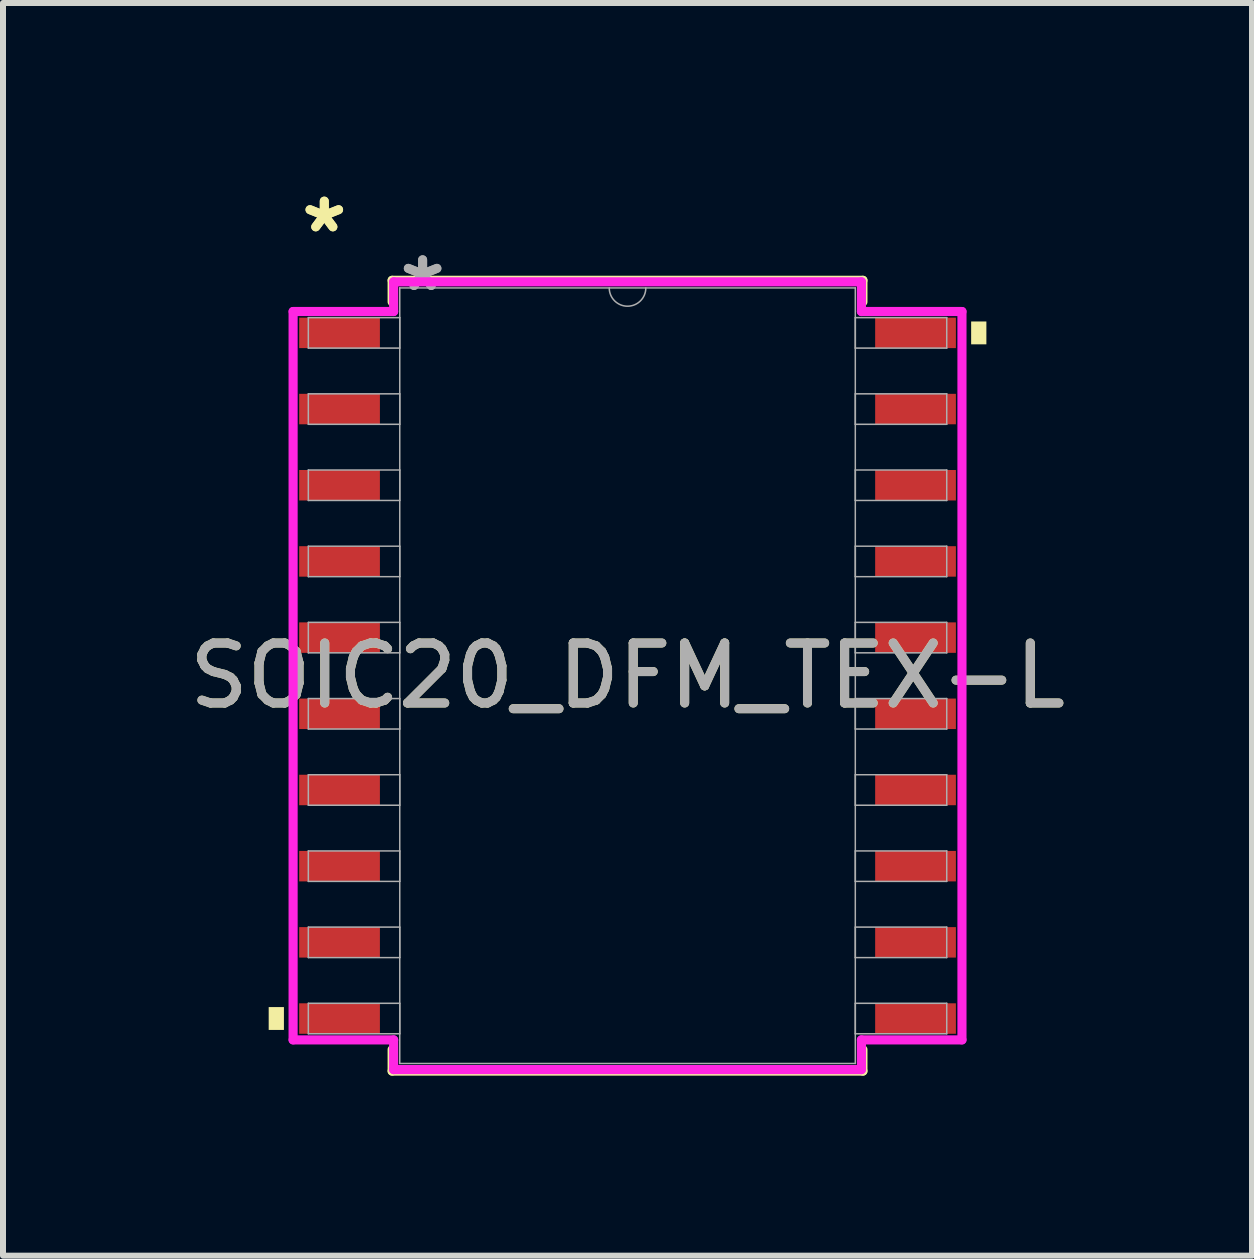
<source format=kicad_pcb>
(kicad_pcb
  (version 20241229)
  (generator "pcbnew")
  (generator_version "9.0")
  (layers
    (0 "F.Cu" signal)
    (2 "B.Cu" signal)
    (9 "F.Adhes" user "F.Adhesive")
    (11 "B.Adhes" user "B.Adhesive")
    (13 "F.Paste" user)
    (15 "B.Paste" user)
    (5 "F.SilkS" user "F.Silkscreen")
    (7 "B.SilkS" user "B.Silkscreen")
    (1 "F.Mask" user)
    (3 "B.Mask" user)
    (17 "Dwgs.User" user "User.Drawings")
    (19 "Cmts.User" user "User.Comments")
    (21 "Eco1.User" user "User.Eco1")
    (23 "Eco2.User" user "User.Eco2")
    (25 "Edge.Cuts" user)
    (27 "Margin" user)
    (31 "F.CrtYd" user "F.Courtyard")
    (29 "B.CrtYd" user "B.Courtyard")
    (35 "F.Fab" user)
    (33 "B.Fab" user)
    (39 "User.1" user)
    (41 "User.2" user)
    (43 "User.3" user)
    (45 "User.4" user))
  (footprint "SOIC20_DFM_TEX-L"
    (layer "F.Cu")
    (at 7.411 8.214)
    (property "Reference" "SOIC20_DFM_TEX-L" (at 0 0 0) (unlocked yes) (layer "F.SilkS") (effects (font (size 1 1) (thickness 0.15))))
    (attr smd)
    (fp_line (start -3.924 -6.591) (end -3.924 -6.232) (stroke (width 0.152) (type solid)) (layer "F.SilkS"))
    (fp_line (start -3.924 6.232) (end -3.924 6.591) (stroke (width 0.152) (type solid)) (layer "F.SilkS"))
    (fp_line (start -3.924 6.591) (end 3.924 6.591) (stroke (width 0.152) (type solid)) (layer "F.SilkS"))
    (fp_line (start 3.924 -6.591) (end -3.924 -6.591) (stroke (width 0.152) (type solid)) (layer "F.SilkS"))
    (fp_line (start 3.924 -6.232) (end 3.924 -6.591) (stroke (width 0.152) (type solid)) (layer "F.SilkS"))
    (fp_line (start 3.924 6.591) (end 3.924 6.232) (stroke (width 0.152) (type solid)) (layer "F.SilkS"))
    (fp_poly (pts (xy -5.982 5.524) (xy -5.982 5.905) (xy -5.728 5.905) (xy -5.728 5.524)) (stroke (width 0) (type solid)) (fill yes) (layer "F.SilkS"))
    (fp_poly (pts (xy 5.982 -5.905) (xy 5.982 -5.524) (xy 5.728 -5.524) (xy 5.728 -5.905)) (stroke (width 0) (type solid)) (fill yes) (layer "F.SilkS"))
    (fp_line (start -5.575 -6.071) (end -3.899 -6.071) (stroke (width 0.152) (type solid)) (layer "F.CrtYd"))
    (fp_line (start -5.575 6.071) (end -5.575 -6.071) (stroke (width 0.152) (type solid)) (layer "F.CrtYd"))
    (fp_line (start -5.575 6.071) (end -3.899 6.071) (stroke (width 0.152) (type solid)) (layer "F.CrtYd"))
    (fp_line (start -3.899 -6.566) (end 3.899 -6.566) (stroke (width 0.152) (type solid)) (layer "F.CrtYd"))
    (fp_line (start -3.899 -6.071) (end -3.899 -6.566) (stroke (width 0.152) (type solid)) (layer "F.CrtYd"))
    (fp_line (start -3.899 6.566) (end -3.899 6.071) (stroke (width 0.152) (type solid)) (layer "F.CrtYd"))
    (fp_line (start 3.899 -6.566) (end 3.899 -6.071) (stroke (width 0.152) (type solid)) (layer "F.CrtYd"))
    (fp_line (start 3.899 6.071) (end 3.899 6.566) (stroke (width 0.152) (type solid)) (layer "F.CrtYd"))
    (fp_line (start 3.899 6.566) (end -3.899 6.566) (stroke (width 0.152) (type solid)) (layer "F.CrtYd"))
    (fp_line (start 5.575 -6.071) (end 3.899 -6.071) (stroke (width 0.152) (type solid)) (layer "F.CrtYd"))
    (fp_line (start 5.575 -6.071) (end 5.575 6.071) (stroke (width 0.152) (type solid)) (layer "F.CrtYd"))
    (fp_line (start 5.575 6.071) (end 3.899 6.071) (stroke (width 0.152) (type solid)) (layer "F.CrtYd"))
    (fp_line (start -5.321 -5.969) (end -5.321 -5.461) (stroke (width 0.025) (type solid)) (layer "F.Fab"))
    (fp_line (start -5.321 -5.461) (end -3.797 -5.461) (stroke (width 0.025) (type solid)) (layer "F.Fab"))
    (fp_line (start -5.321 -4.699) (end -5.321 -4.191) (stroke (width 0.025) (type solid)) (layer "F.Fab"))
    (fp_line (start -5.321 -4.191) (end -3.797 -4.191) (stroke (width 0.025) (type solid)) (layer "F.Fab"))
    (fp_line (start -5.321 -3.429) (end -5.321 -2.921) (stroke (width 0.025) (type solid)) (layer "F.Fab"))
    (fp_line (start -5.321 -2.921) (end -3.797 -2.921) (stroke (width 0.025) (type solid)) (layer "F.Fab"))
    (fp_line (start -5.321 -2.159) (end -5.321 -1.651) (stroke (width 0.025) (type solid)) (layer "F.Fab"))
    (fp_line (start -5.321 -1.651) (end -3.797 -1.651) (stroke (width 0.025) (type solid)) (layer "F.Fab"))
    (fp_line (start -5.321 -0.889) (end -5.321 -0.381) (stroke (width 0.025) (type solid)) (layer "F.Fab"))
    (fp_line (start -5.321 -0.381) (end -3.797 -0.381) (stroke (width 0.025) (type solid)) (layer "F.Fab"))
    (fp_line (start -5.321 0.381) (end -5.321 0.889) (stroke (width 0.025) (type solid)) (layer "F.Fab"))
    (fp_line (start -5.321 0.889) (end -3.797 0.889) (stroke (width 0.025) (type solid)) (layer "F.Fab"))
    (fp_line (start -5.321 1.651) (end -5.321 2.159) (stroke (width 0.025) (type solid)) (layer "F.Fab"))
    (fp_line (start -5.321 2.159) (end -3.797 2.159) (stroke (width 0.025) (type solid)) (layer "F.Fab"))
    (fp_line (start -5.321 2.921) (end -5.321 3.429) (stroke (width 0.025) (type solid)) (layer "F.Fab"))
    (fp_line (start -5.321 3.429) (end -3.797 3.429) (stroke (width 0.025) (type solid)) (layer "F.Fab"))
    (fp_line (start -5.321 4.191) (end -5.321 4.699) (stroke (width 0.025) (type solid)) (layer "F.Fab"))
    (fp_line (start -5.321 4.699) (end -3.797 4.699) (stroke (width 0.025) (type solid)) (layer "F.Fab"))
    (fp_line (start -5.321 5.461) (end -5.321 5.969) (stroke (width 0.025) (type solid)) (layer "F.Fab"))
    (fp_line (start -5.321 5.969) (end -3.797 5.969) (stroke (width 0.025) (type solid)) (layer "F.Fab"))
    (fp_line (start -3.797 -6.464) (end -3.797 6.464) (stroke (width 0.025) (type solid)) (layer "F.Fab"))
    (fp_line (start -3.797 -5.969) (end -5.321 -5.969) (stroke (width 0.025) (type solid)) (layer "F.Fab"))
    (fp_line (start -3.797 -5.461) (end -3.797 -5.969) (stroke (width 0.025) (type solid)) (layer "F.Fab"))
    (fp_line (start -3.797 -4.699) (end -5.321 -4.699) (stroke (width 0.025) (type solid)) (layer "F.Fab"))
    (fp_line (start -3.797 -4.191) (end -3.797 -4.699) (stroke (width 0.025) (type solid)) (layer "F.Fab"))
    (fp_line (start -3.797 -3.429) (end -5.321 -3.429) (stroke (width 0.025) (type solid)) (layer "F.Fab"))
    (fp_line (start -3.797 -2.921) (end -3.797 -3.429) (stroke (width 0.025) (type solid)) (layer "F.Fab"))
    (fp_line (start -3.797 -2.159) (end -5.321 -2.159) (stroke (width 0.025) (type solid)) (layer "F.Fab"))
    (fp_line (start -3.797 -1.651) (end -3.797 -2.159) (stroke (width 0.025) (type solid)) (layer "F.Fab"))
    (fp_line (start -3.797 -0.889) (end -5.321 -0.889) (stroke (width 0.025) (type solid)) (layer "F.Fab"))
    (fp_line (start -3.797 -0.381) (end -3.797 -0.889) (stroke (width 0.025) (type solid)) (layer "F.Fab"))
    (fp_line (start -3.797 0.381) (end -5.321 0.381) (stroke (width 0.025) (type solid)) (layer "F.Fab"))
    (fp_line (start -3.797 0.889) (end -3.797 0.381) (stroke (width 0.025) (type solid)) (layer "F.Fab"))
    (fp_line (start -3.797 1.651) (end -5.321 1.651) (stroke (width 0.025) (type solid)) (layer "F.Fab"))
    (fp_line (start -3.797 2.159) (end -3.797 1.651) (stroke (width 0.025) (type solid)) (layer "F.Fab"))
    (fp_line (start -3.797 2.921) (end -5.321 2.921) (stroke (width 0.025) (type solid)) (layer "F.Fab"))
    (fp_line (start -3.797 3.429) (end -3.797 2.921) (stroke (width 0.025) (type solid)) (layer "F.Fab"))
    (fp_line (start -3.797 4.191) (end -5.321 4.191) (stroke (width 0.025) (type solid)) (layer "F.Fab"))
    (fp_line (start -3.797 4.699) (end -3.797 4.191) (stroke (width 0.025) (type solid)) (layer "F.Fab"))
    (fp_line (start -3.797 5.461) (end -5.321 5.461) (stroke (width 0.025) (type solid)) (layer "F.Fab"))
    (fp_line (start -3.797 5.969) (end -3.797 5.461) (stroke (width 0.025) (type solid)) (layer "F.Fab"))
    (fp_line (start -3.797 6.464) (end 3.797 6.464) (stroke (width 0.025) (type solid)) (layer "F.Fab"))
    (fp_line (start 3.797 -6.464) (end -3.797 -6.464) (stroke (width 0.025) (type solid)) (layer "F.Fab"))
    (fp_line (start 3.797 -5.969) (end 3.797 -5.461) (stroke (width 0.025) (type solid)) (layer "F.Fab"))
    (fp_line (start 3.797 -5.461) (end 5.321 -5.461) (stroke (width 0.025) (type solid)) (layer "F.Fab"))
    (fp_line (start 3.797 -4.699) (end 3.797 -4.191) (stroke (width 0.025) (type solid)) (layer "F.Fab"))
    (fp_line (start 3.797 -4.191) (end 5.321 -4.191) (stroke (width 0.025) (type solid)) (layer "F.Fab"))
    (fp_line (start 3.797 -3.429) (end 3.797 -2.921) (stroke (width 0.025) (type solid)) (layer "F.Fab"))
    (fp_line (start 3.797 -2.921) (end 5.321 -2.921) (stroke (width 0.025) (type solid)) (layer "F.Fab"))
    (fp_line (start 3.797 -2.159) (end 3.797 -1.651) (stroke (width 0.025) (type solid)) (layer "F.Fab"))
    (fp_line (start 3.797 -1.651) (end 5.321 -1.651) (stroke (width 0.025) (type solid)) (layer "F.Fab"))
    (fp_line (start 3.797 -0.889) (end 3.797 -0.381) (stroke (width 0.025) (type solid)) (layer "F.Fab"))
    (fp_line (start 3.797 -0.381) (end 5.321 -0.381) (stroke (width 0.025) (type solid)) (layer "F.Fab"))
    (fp_line (start 3.797 0.381) (end 3.797 0.889) (stroke (width 0.025) (type solid)) (layer "F.Fab"))
    (fp_line (start 3.797 0.889) (end 5.321 0.889) (stroke (width 0.025) (type solid)) (layer "F.Fab"))
    (fp_line (start 3.797 1.651) (end 3.797 2.159) (stroke (width 0.025) (type solid)) (layer "F.Fab"))
    (fp_line (start 3.797 2.159) (end 5.321 2.159) (stroke (width 0.025) (type solid)) (layer "F.Fab"))
    (fp_line (start 3.797 2.921) (end 3.797 3.429) (stroke (width 0.025) (type solid)) (layer "F.Fab"))
    (fp_line (start 3.797 3.429) (end 5.321 3.429) (stroke (width 0.025) (type solid)) (layer "F.Fab"))
    (fp_line (start 3.797 4.191) (end 3.797 4.699) (stroke (width 0.025) (type solid)) (layer "F.Fab"))
    (fp_line (start 3.797 4.699) (end 5.321 4.699) (stroke (width 0.025) (type solid)) (layer "F.Fab"))
    (fp_line (start 3.797 5.461) (end 3.797 5.969) (stroke (width 0.025) (type solid)) (layer "F.Fab"))
    (fp_line (start 3.797 5.969) (end 5.321 5.969) (stroke (width 0.025) (type solid)) (layer "F.Fab"))
    (fp_line (start 3.797 6.464) (end 3.797 -6.464) (stroke (width 0.025) (type solid)) (layer "F.Fab"))
    (fp_line (start 5.321 -5.969) (end 3.797 -5.969) (stroke (width 0.025) (type solid)) (layer "F.Fab"))
    (fp_line (start 5.321 -5.461) (end 5.321 -5.969) (stroke (width 0.025) (type solid)) (layer "F.Fab"))
    (fp_line (start 5.321 -4.699) (end 3.797 -4.699) (stroke (width 0.025) (type solid)) (layer "F.Fab"))
    (fp_line (start 5.321 -4.191) (end 5.321 -4.699) (stroke (width 0.025) (type solid)) (layer "F.Fab"))
    (fp_line (start 5.321 -3.429) (end 3.797 -3.429) (stroke (width 0.025) (type solid)) (layer "F.Fab"))
    (fp_line (start 5.321 -2.921) (end 5.321 -3.429) (stroke (width 0.025) (type solid)) (layer "F.Fab"))
    (fp_line (start 5.321 -2.159) (end 3.797 -2.159) (stroke (width 0.025) (type solid)) (layer "F.Fab"))
    (fp_line (start 5.321 -1.651) (end 5.321 -2.159) (stroke (width 0.025) (type solid)) (layer "F.Fab"))
    (fp_line (start 5.321 -0.889) (end 3.797 -0.889) (stroke (width 0.025) (type solid)) (layer "F.Fab"))
    (fp_line (start 5.321 -0.381) (end 5.321 -0.889) (stroke (width 0.025) (type solid)) (layer "F.Fab"))
    (fp_line (start 5.321 0.381) (end 3.797 0.381) (stroke (width 0.025) (type solid)) (layer "F.Fab"))
    (fp_line (start 5.321 0.889) (end 5.321 0.381) (stroke (width 0.025) (type solid)) (layer "F.Fab"))
    (fp_line (start 5.321 1.651) (end 3.797 1.651) (stroke (width 0.025) (type solid)) (layer "F.Fab"))
    (fp_line (start 5.321 2.159) (end 5.321 1.651) (stroke (width 0.025) (type solid)) (layer "F.Fab"))
    (fp_line (start 5.321 2.921) (end 3.797 2.921) (stroke (width 0.025) (type solid)) (layer "F.Fab"))
    (fp_line (start 5.321 3.429) (end 5.321 2.921) (stroke (width 0.025) (type solid)) (layer "F.Fab"))
    (fp_line (start 5.321 4.191) (end 3.797 4.191) (stroke (width 0.025) (type solid)) (layer "F.Fab"))
    (fp_line (start 5.321 4.699) (end 5.321 4.191) (stroke (width 0.025) (type solid)) (layer "F.Fab"))
    (fp_line (start 5.321 5.461) (end 3.797 5.461) (stroke (width 0.025) (type solid)) (layer "F.Fab"))
    (fp_line (start 5.321 5.969) (end 5.321 5.461) (stroke (width 0.025) (type solid)) (layer "F.Fab"))
    (fp_arc (start 0.3048 -6.4643) (mid 0 -6.1595) (end -0.3048 -6.4643) (stroke (width 0.0254) (type solid)) (layer "F.Fab"))
    (fp_text user "*" (at -5.055 -7.366 0) (unlocked yes) (layer "F.SilkS") (effects (font (size 1 1) (thickness 0.15))))
    (fp_text user "*" (at -5.055 -7.366 0) (layer "F.SilkS") (effects (font (size 1 1) (thickness 0.15))))
    (fp_text user "*" (at -3.416 -6.388 0) (layer "F.Fab") (effects (font (size 1 1) (thickness 0.15))))
    (fp_text user "*" (at -3.416 -6.388 0) (unlocked yes) (layer "F.Fab") (effects (font (size 1 1) (thickness 0.15))))
    (fp_text user "${REFERENCE}" (at 0 0 0) (unlocked yes) (layer "F.Fab") (effects (font (size 1 1) (thickness 0.15))))
    (pad "1" smd rect (at -4.801 -5.715) (size 1.346 0.508) (layers "F.Cu" "F.Mask" "F.Paste"))
    (pad "2" smd rect (at -4.801 -4.445) (size 1.346 0.508) (layers "F.Cu" "F.Mask" "F.Paste"))
    (pad "3" smd rect (at -4.801 -3.175) (size 1.346 0.508) (layers "F.Cu" "F.Mask" "F.Paste"))
    (pad "4" smd rect (at -4.801 -1.905) (size 1.346 0.508) (layers "F.Cu" "F.Mask" "F.Paste"))
    (pad "5" smd rect (at -4.801 -0.635) (size 1.346 0.508) (layers "F.Cu" "F.Mask" "F.Paste"))
    (pad "6" smd rect (at -4.801 0.635) (size 1.346 0.508) (layers "F.Cu" "F.Mask" "F.Paste"))
    (pad "7" smd rect (at -4.801 1.905) (size 1.346 0.508) (layers "F.Cu" "F.Mask" "F.Paste"))
    (pad "8" smd rect (at -4.801 3.175) (size 1.346 0.508) (layers "F.Cu" "F.Mask" "F.Paste"))
    (pad "9" smd rect (at -4.801 4.445) (size 1.346 0.508) (layers "F.Cu" "F.Mask" "F.Paste"))
    (pad "10" smd rect (at -4.801 5.715) (size 1.346 0.508) (layers "F.Cu" "F.Mask" "F.Paste"))
    (pad "11" smd rect (at 4.801 5.715) (size 1.346 0.508) (layers "F.Cu" "F.Mask" "F.Paste"))
    (pad "12" smd rect (at 4.801 4.445) (size 1.346 0.508) (layers "F.Cu" "F.Mask" "F.Paste"))
    (pad "13" smd rect (at 4.801 3.175) (size 1.346 0.508) (layers "F.Cu" "F.Mask" "F.Paste"))
    (pad "14" smd rect (at 4.801 1.905) (size 1.346 0.508) (layers "F.Cu" "F.Mask" "F.Paste"))
    (pad "15" smd rect (at 4.801 0.635) (size 1.346 0.508) (layers "F.Cu" "F.Mask" "F.Paste"))
    (pad "16" smd rect (at 4.801 -0.635) (size 1.346 0.508) (layers "F.Cu" "F.Mask" "F.Paste"))
    (pad "17" smd rect (at 4.801 -1.905) (size 1.346 0.508) (layers "F.Cu" "F.Mask" "F.Paste"))
    (pad "18" smd rect (at 4.801 -3.175) (size 1.346 0.508) (layers "F.Cu" "F.Mask" "F.Paste"))
    (pad "19" smd rect (at 4.801 -4.445) (size 1.346 0.508) (layers "F.Cu" "F.Mask" "F.Paste"))
    (pad "20" smd rect (at 4.801 -5.715) (size 1.346 0.508) (layers "F.Cu" "F.Mask" "F.Paste")))
  (gr_rect
    (start -3 -3)
    (end 17.821 17.882)
    (stroke (width 0.1) (type default))
    (fill no)
    (layer "Edge.Cuts")))
</source>
